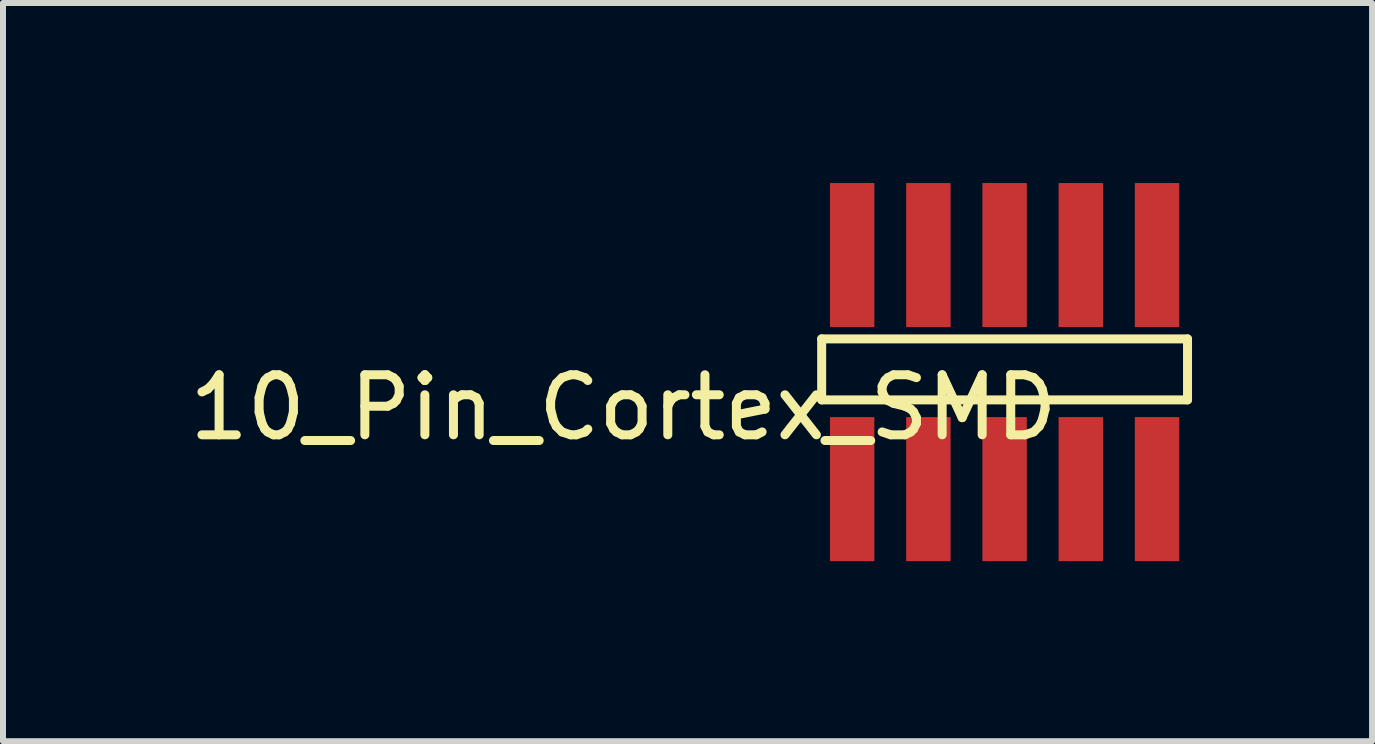
<source format=kicad_pcb>
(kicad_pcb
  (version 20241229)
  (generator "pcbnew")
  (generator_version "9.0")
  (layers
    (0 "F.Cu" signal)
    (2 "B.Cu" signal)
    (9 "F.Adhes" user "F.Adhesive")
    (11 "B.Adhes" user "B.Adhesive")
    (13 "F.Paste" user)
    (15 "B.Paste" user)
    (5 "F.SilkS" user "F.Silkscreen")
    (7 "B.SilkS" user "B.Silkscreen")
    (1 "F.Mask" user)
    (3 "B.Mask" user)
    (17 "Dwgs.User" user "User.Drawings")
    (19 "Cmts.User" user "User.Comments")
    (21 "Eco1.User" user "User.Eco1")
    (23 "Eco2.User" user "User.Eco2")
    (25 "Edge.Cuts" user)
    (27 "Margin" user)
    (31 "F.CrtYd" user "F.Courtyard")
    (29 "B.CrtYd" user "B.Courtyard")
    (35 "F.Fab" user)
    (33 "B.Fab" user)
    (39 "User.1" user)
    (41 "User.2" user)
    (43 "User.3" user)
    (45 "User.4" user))
  (footprint "10_Pin_Cortex_SMD"
    (layer "F.Cu")
    (at 11.149 1.2)
    (property "Reference" "10_Pin_Cortex_SMD" (at -3.81 2.54 0) (layer "F.SilkS") (effects (font (size 1 1) (thickness 0.15))))
    (attr through_hole)
    (fp_line (start -0.508 1.397) (end 5.588 1.397) (stroke (width 0.15) (type solid)) (layer "F.SilkS"))
    (fp_line (start -0.508 2.413) (end -0.508 1.397) (stroke (width 0.15) (type solid)) (layer "F.SilkS"))
    (fp_line (start 5.588 1.397) (end 5.588 2.413) (stroke (width 0.15) (type solid)) (layer "F.SilkS"))
    (fp_line (start 5.588 2.413) (end -0.508 2.413) (stroke (width 0.15) (type solid)) (layer "F.SilkS"))
    (pad "1" smd rect (at 0 3.9) (size 0.74 2.4) (layers "F.Cu" "F.Mask" "F.Paste"))
    (pad "2" smd rect (at 1.27 3.9) (size 0.74 2.4) (layers "F.Cu" "F.Mask" "F.Paste"))
    (pad "3" smd rect (at 2.54 3.9) (size 0.74 2.4) (layers "F.Cu" "F.Mask" "F.Paste"))
    (pad "4" smd rect (at 3.81 3.9) (size 0.74 2.4) (layers "F.Cu" "F.Mask" "F.Paste"))
    (pad "5" smd rect (at 5.08 3.9) (size 0.74 2.4) (layers "F.Cu" "F.Mask" "F.Paste"))
    (pad "6" smd rect (at 5.08 0) (size 0.74 2.4) (layers "F.Cu" "F.Mask" "F.Paste"))
    (pad "7" smd rect (at 3.81 0) (size 0.74 2.4) (layers "F.Cu" "F.Mask" "F.Paste"))
    (pad "8" smd rect (at 2.54 0) (size 0.74 2.4) (layers "F.Cu" "F.Mask" "F.Paste"))
    (pad "9" smd rect (at 1.27 0) (size 0.74 2.4) (layers "F.Cu" "F.Mask" "F.Paste"))
    (pad "10" smd rect (at 0 0) (size 0.74 2.4) (layers "F.Cu" "F.Mask" "F.Paste")))
  (gr_rect
    (start -3 -3)
    (end 19.812 9.3)
    (stroke (width 0.1) (type default))
    (fill no)
    (layer "Edge.Cuts")))
</source>
